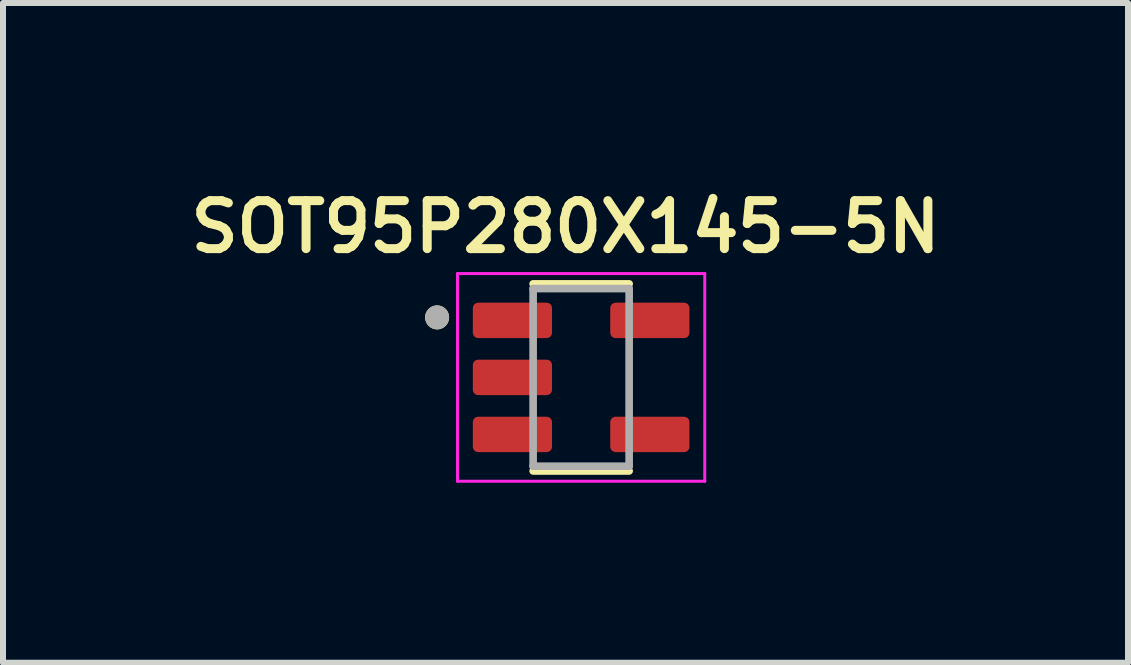
<source format=kicad_pcb>
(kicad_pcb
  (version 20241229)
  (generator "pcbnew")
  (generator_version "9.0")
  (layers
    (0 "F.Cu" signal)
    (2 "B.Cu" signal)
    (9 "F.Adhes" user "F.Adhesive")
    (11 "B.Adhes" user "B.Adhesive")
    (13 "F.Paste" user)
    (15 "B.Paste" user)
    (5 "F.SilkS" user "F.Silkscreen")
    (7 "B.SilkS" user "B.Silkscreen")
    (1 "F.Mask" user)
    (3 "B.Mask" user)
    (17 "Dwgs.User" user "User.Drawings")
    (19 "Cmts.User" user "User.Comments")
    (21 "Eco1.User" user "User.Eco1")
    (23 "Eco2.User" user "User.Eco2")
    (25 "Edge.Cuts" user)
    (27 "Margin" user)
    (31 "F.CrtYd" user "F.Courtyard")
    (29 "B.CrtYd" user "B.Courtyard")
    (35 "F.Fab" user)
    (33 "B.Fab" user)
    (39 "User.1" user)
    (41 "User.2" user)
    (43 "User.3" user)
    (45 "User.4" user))
  (footprint "SOT95P280X145-5N"
    (layer "F.Cu")
    (at 6.634 3.239)
    (property "Reference" "SOT95P280X145-5N" (at -0.26 -2.508 0) (layer "F.SilkS") (effects (font (size 0.8 0.8) (thickness 0.15))))
    (attr smd)
    (fp_line (start -0.8 -1.559) (end 0.8 -1.559) (stroke (width 0.127) (type solid)) (layer "F.SilkS"))
    (fp_line (start -0.8 1.559) (end 0.8 1.559) (stroke (width 0.127) (type solid)) (layer "F.SilkS"))
    (fp_circle (center -2.4 -1) (end -2.3 -1) (stroke (width 0.2) (type solid)) (fill no) (layer "F.SilkS"))
    (fp_line (start -2.06 -1.73) (end 2.06 -1.73) (stroke (width 0.05) (type solid)) (layer "F.CrtYd"))
    (fp_line (start -2.06 1.73) (end -2.06 -1.73) (stroke (width 0.05) (type solid)) (layer "F.CrtYd"))
    (fp_line (start 2.06 -1.73) (end 2.06 1.73) (stroke (width 0.05) (type solid)) (layer "F.CrtYd"))
    (fp_line (start 2.06 1.73) (end -2.06 1.73) (stroke (width 0.05) (type solid)) (layer "F.CrtYd"))
    (fp_line (start -0.8 -1.48) (end 0.8 -1.48) (stroke (width 0.127) (type solid)) (layer "F.Fab"))
    (fp_line (start -0.8 1.48) (end -0.8 -1.48) (stroke (width 0.127) (type solid)) (layer "F.Fab"))
    (fp_line (start 0.8 -1.48) (end 0.8 1.48) (stroke (width 0.127) (type solid)) (layer "F.Fab"))
    (fp_line (start 0.8 1.48) (end -0.8 1.48) (stroke (width 0.127) (type solid)) (layer "F.Fab"))
    (fp_circle (center -2.4 -1) (end -2.3 -1) (stroke (width 0.2) (type solid)) (fill no) (layer "F.Fab"))
    (pad "1" smd roundrect (at -1.145 -0.95) (size 1.32 0.59) (layers "F.Cu" "F.Mask" "F.Paste") (roundrect_rratio 0.15))
    (pad "2" smd roundrect (at -1.145 0) (size 1.32 0.59) (layers "F.Cu" "F.Mask" "F.Paste") (roundrect_rratio 0.15))
    (pad "3" smd roundrect (at -1.145 0.95) (size 1.32 0.59) (layers "F.Cu" "F.Mask" "F.Paste") (roundrect_rratio 0.15))
    (pad "4" smd roundrect (at 1.145 0.95 180) (size 1.32 0.59) (layers "F.Cu" "F.Mask" "F.Paste") (roundrect_rratio 0.15))
    (pad "5" smd roundrect (at 1.145 -0.95 180) (size 1.32 0.59) (layers "F.Cu" "F.Mask" "F.Paste") (roundrect_rratio 0.15)))
  (gr_rect
    (start -3 -3)
    (end 15.747 7.994)
    (stroke (width 0.1) (type default))
    (fill no)
    (layer "Edge.Cuts")))
</source>
